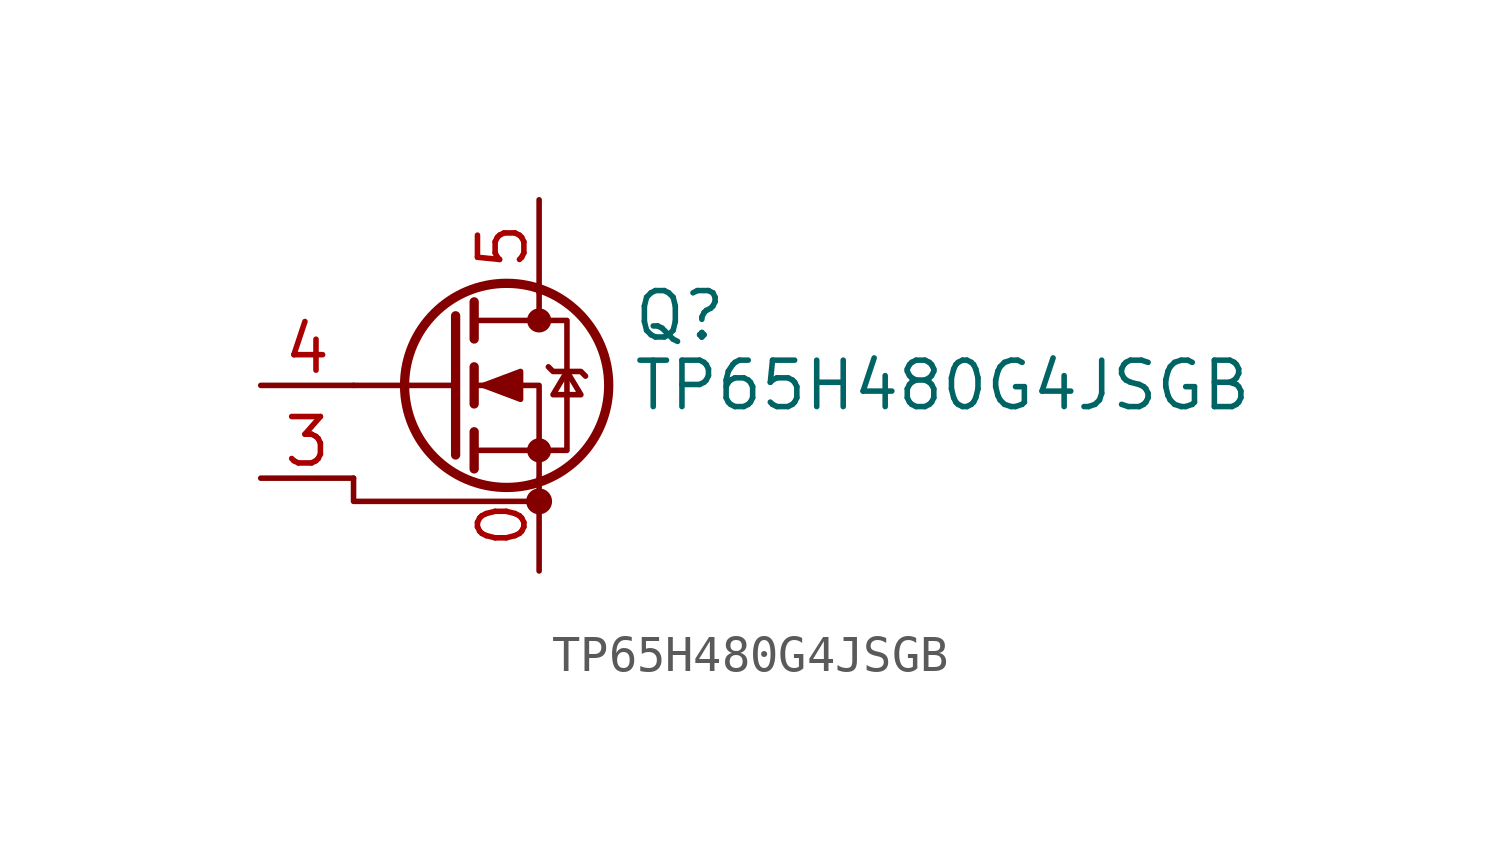
<source format=kicad_sym>
(kicad_symbol_lib
  (version 20231120)
  (generator "kicad_symbol_editor")
  (generator_version "8.0")
  (symbol "TP65H480G4JSGB"
    (pin_names hide)
    (property "Reference" "Q"
      (at 5.08 1.905 0)
      (effects (font (size 1.27 1.27)) (justify left)))
    (property "Value" "TP65H480G4JSGB"
      (at 5.08 0 0)
      (effects (font (size 1.27 1.27)) (justify left)))
    (symbol "TP65H480G4JSGB_0_1"
      (polyline (pts (xy 0.254 0) (xy -2.54 0)) (stroke (width 0) (type default)) (fill (type none)))
      (polyline (pts (xy 0.254 1.905) (xy 0.254 -1.905)) (stroke (width 0.254) (type default)) (fill (type none)))
      (polyline (pts (xy 0.762 -1.27) (xy 0.762 -2.286)) (stroke (width 0.254) (type default)) (fill (type none)))
      (polyline (pts (xy 0.762 0.508) (xy 0.762 -0.508)) (stroke (width 0.254) (type default)) (fill (type none)))
      (polyline (pts (xy 0.762 2.286) (xy 0.762 1.27)) (stroke (width 0.254) (type default)) (fill (type none)))
      (polyline (pts (xy 2.54 2.54) (xy 2.54 1.778)) (stroke (width 0) (type default)) (fill (type none)))
      (polyline (pts (xy -2.54 -2.54) (xy -2.54 -3.175) (xy 2.54 -3.175)) (stroke (width 0) (type default)) (fill (type none)))
      (polyline (pts (xy 2.54 -2.54) (xy 2.54 0) (xy 0.762 0)) (stroke (width 0) (type default)) (fill (type none)))
      (polyline (pts (xy 0.762 -1.778) (xy 3.302 -1.778) (xy 3.302 1.778) (xy 0.762 1.778)) (stroke (width 0) (type default)) (fill (type none)))
      (polyline (pts (xy 1.016 0) (xy 2.032 0.381) (xy 2.032 -0.381) (xy 1.016 0)) (stroke (width 0) (type default)) (fill (type outline)))
      (polyline (pts (xy 2.794 0.508) (xy 2.921 0.381) (xy 3.683 0.381) (xy 3.81 0.254)) (stroke (width 0) (type default)) (fill (type none)))
      (polyline (pts (xy 3.302 0.381) (xy 2.921 -0.254) (xy 3.683 -0.254) (xy 3.302 0.381)) (stroke (width 0) (type default)) (fill (type none)))
      (circle (center 1.651 0) (radius 2.794) (stroke (width 0.254) (type default)) (fill (type none)))
      (circle (center 2.54 -3.175) (radius 0.279) (stroke (width 0) (type default)) (fill (type outline)))
      (circle (center 2.54 -1.778) (radius 0.254) (stroke (width 0) (type default)) (fill (type outline)))
      (circle (center 2.54 1.778) (radius 0.254) (stroke (width 0) (type default)) (fill (type outline))))
    (symbol "TP65H480G4JSGB_1_1"
      (pin passive line (at 2.54 -5.08 90) (length 2.54) (name "S" (effects (font (size 1.27 1.27)))) (number "0" (effects (font (size 1.27 1.27)))))
      (pin passive line (at -5.08 -2.54 0) (length 2.54) (name "KS" (effects (font (size 1.27 1.27)))) (number "3" (effects (font (size 1.27 1.27)))))
      (pin input line (at -5.08 0 0) (length 2.54) (name "G" (effects (font (size 1.27 1.27)))) (number "4" (effects (font (size 1.27 1.27)))))
      (pin passive line (at 2.54 5.08 270) (length 2.54) (name "D" (effects (font (size 1.27 1.27)))) (number "5" (effects (font (size 1.27 1.27)))))
      (pin passive line (at 2.54 5.08 270) (length 2.54) hide (name "D" (effects (font (size 1.27 1.27)))) (number "6" (effects (font (size 1.27 1.27)))))
      (pin passive line (at 2.54 5.08 270) (length 2.54) hide (name "D" (effects (font (size 1.27 1.27)))) (number "7" (effects (font (size 1.27 1.27)))))
      (pin passive line (at 2.54 5.08 270) (length 2.54) hide (name "D" (effects (font (size 1.27 1.27)))) (number "8" (effects (font (size 1.27 1.27))))))))
</source>
